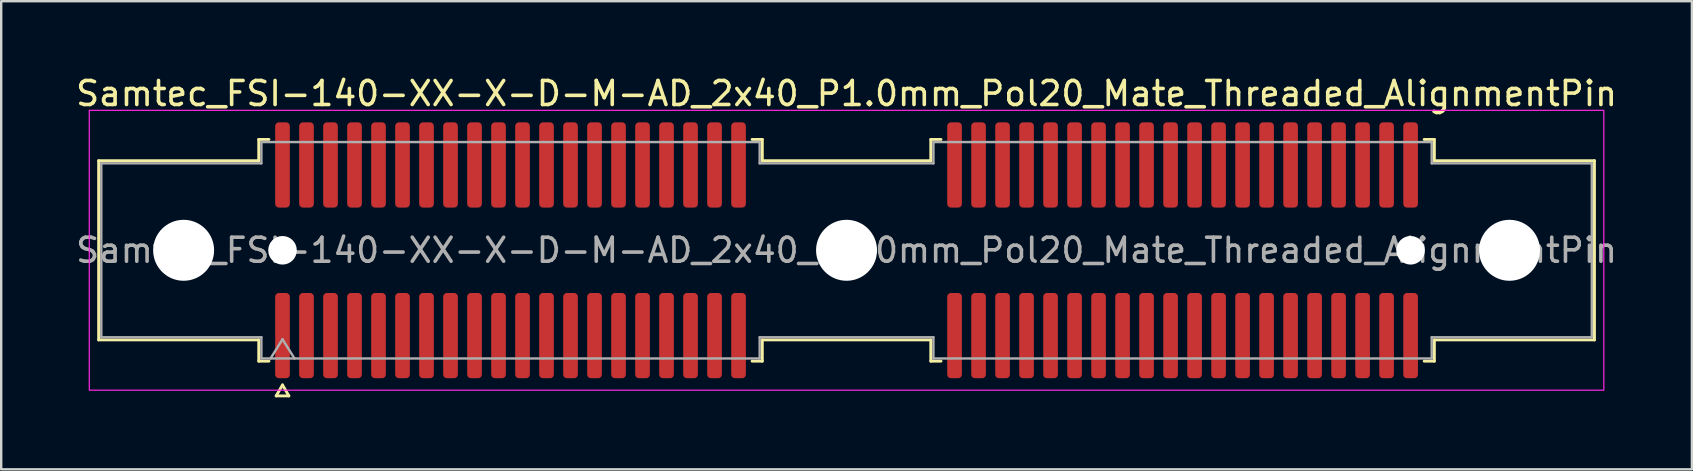
<source format=kicad_pcb>
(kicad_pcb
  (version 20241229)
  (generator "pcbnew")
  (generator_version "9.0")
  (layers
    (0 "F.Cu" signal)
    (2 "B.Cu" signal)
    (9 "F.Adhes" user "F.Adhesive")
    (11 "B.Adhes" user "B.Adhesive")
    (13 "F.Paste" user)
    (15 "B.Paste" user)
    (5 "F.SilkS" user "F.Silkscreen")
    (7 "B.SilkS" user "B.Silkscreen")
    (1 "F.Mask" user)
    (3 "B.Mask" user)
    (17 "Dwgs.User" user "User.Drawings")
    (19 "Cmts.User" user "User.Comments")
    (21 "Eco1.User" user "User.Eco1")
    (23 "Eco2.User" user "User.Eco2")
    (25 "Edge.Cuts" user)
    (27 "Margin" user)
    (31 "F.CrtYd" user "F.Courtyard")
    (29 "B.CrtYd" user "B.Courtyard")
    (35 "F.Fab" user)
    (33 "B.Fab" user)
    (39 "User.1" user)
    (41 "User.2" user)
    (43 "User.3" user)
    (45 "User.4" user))
  (footprint "Samtec_FSI-140-XX-X-D-M-AD_2x40_P1.0mm_Pol20_Mate_Threaded_AlignmentPin"
    (layer "F.Cu")
    (at 32.22 7.378)
    (property "Reference" "Samtec_FSI-140-XX-X-D-M-AD_2x40_P1.0mm_Pol20_Mate_Threaded_AlignmentPin" (at 0 -6.53 0) (layer "F.SilkS") (effects (font (size 1 1) (thickness 0.15))))
    (attr exclude_from_pos_files exclude_from_bom)
    (fp_line (start -31.16 -3.733) (end -24.49 -3.733) (stroke (width 0.12) (type solid)) (layer "F.SilkS"))
    (fp_line (start -31.16 3.733) (end -31.16 -3.733) (stroke (width 0.12) (type solid)) (layer "F.SilkS"))
    (fp_line (start -24.49 -4.619) (end -24.065 -4.619) (stroke (width 0.12) (type solid)) (layer "F.SilkS"))
    (fp_line (start -24.49 -3.733) (end -24.49 -4.619) (stroke (width 0.12) (type solid)) (layer "F.SilkS"))
    (fp_line (start -24.49 3.733) (end -31.16 3.733) (stroke (width 0.12) (type solid)) (layer "F.SilkS"))
    (fp_line (start -24.49 4.619) (end -24.49 3.733) (stroke (width 0.12) (type solid)) (layer "F.SilkS"))
    (fp_line (start -24.065 4.619) (end -24.49 4.619) (stroke (width 0.12) (type solid)) (layer "F.SilkS"))
    (fp_line (start -23.764 6.066) (end -23.5 5.609) (stroke (width 0.12) (type solid)) (layer "F.SilkS"))
    (fp_line (start -23.5 5.609) (end -23.236 6.066) (stroke (width 0.12) (type solid)) (layer "F.SilkS"))
    (fp_line (start -23.236 6.066) (end -23.764 6.066) (stroke (width 0.12) (type solid)) (layer "F.SilkS"))
    (fp_line (start -3.935 -4.619) (end -3.51 -4.619) (stroke (width 0.12) (type solid)) (layer "F.SilkS"))
    (fp_line (start -3.51 -4.619) (end -3.51 -3.733) (stroke (width 0.12) (type solid)) (layer "F.SilkS"))
    (fp_line (start -3.51 -3.733) (end 3.51 -3.733) (stroke (width 0.12) (type solid)) (layer "F.SilkS"))
    (fp_line (start -3.51 3.733) (end -3.51 4.619) (stroke (width 0.12) (type solid)) (layer "F.SilkS"))
    (fp_line (start -3.51 4.619) (end -3.935 4.619) (stroke (width 0.12) (type solid)) (layer "F.SilkS"))
    (fp_line (start 3.51 -4.619) (end 3.935 -4.619) (stroke (width 0.12) (type solid)) (layer "F.SilkS"))
    (fp_line (start 3.51 -3.733) (end 3.51 -4.619) (stroke (width 0.12) (type solid)) (layer "F.SilkS"))
    (fp_line (start 3.51 3.733) (end -3.51 3.733) (stroke (width 0.12) (type solid)) (layer "F.SilkS"))
    (fp_line (start 3.51 4.619) (end 3.51 3.733) (stroke (width 0.12) (type solid)) (layer "F.SilkS"))
    (fp_line (start 3.935 4.619) (end 3.51 4.619) (stroke (width 0.12) (type solid)) (layer "F.SilkS"))
    (fp_line (start 24.065 -4.619) (end 24.49 -4.619) (stroke (width 0.12) (type solid)) (layer "F.SilkS"))
    (fp_line (start 24.49 -4.619) (end 24.49 -3.733) (stroke (width 0.12) (type solid)) (layer "F.SilkS"))
    (fp_line (start 24.49 -3.733) (end 31.16 -3.733) (stroke (width 0.12) (type solid)) (layer "F.SilkS"))
    (fp_line (start 24.49 3.733) (end 24.49 4.619) (stroke (width 0.12) (type solid)) (layer "F.SilkS"))
    (fp_line (start 24.49 4.619) (end 24.065 4.619) (stroke (width 0.12) (type solid)) (layer "F.SilkS"))
    (fp_line (start 31.16 -3.733) (end 31.16 3.733) (stroke (width 0.12) (type solid)) (layer "F.SilkS"))
    (fp_line (start 31.16 3.733) (end 24.49 3.733) (stroke (width 0.12) (type solid)) (layer "F.SilkS"))
    (fp_rect (start -31.55 -5.83) (end 31.55 5.83) (stroke (width 0.05) (type solid)) (fill no) (layer "F.CrtYd"))
    (fp_line (start -31.05 -3.623) (end -24.38 -3.623) (stroke (width 0.1) (type solid)) (layer "F.Fab"))
    (fp_line (start -31.05 3.623) (end -31.05 -3.623) (stroke (width 0.1) (type solid)) (layer "F.Fab"))
    (fp_line (start -24.38 -4.508) (end -3.62 -4.508) (stroke (width 0.1) (type solid)) (layer "F.Fab"))
    (fp_line (start -24.38 -3.623) (end -24.38 -4.508) (stroke (width 0.1) (type solid)) (layer "F.Fab"))
    (fp_line (start -24.38 3.623) (end -31.05 3.623) (stroke (width 0.1) (type solid)) (layer "F.Fab"))
    (fp_line (start -24.38 4.508) (end -24.38 3.623) (stroke (width 0.1) (type solid)) (layer "F.Fab"))
    (fp_line (start -24 4.508) (end -23.5 3.708) (stroke (width 0.1) (type solid)) (layer "F.Fab"))
    (fp_line (start -23.5 3.708) (end -23 4.508) (stroke (width 0.1) (type solid)) (layer "F.Fab"))
    (fp_line (start -3.62 -4.508) (end -3.62 -3.623) (stroke (width 0.1) (type solid)) (layer "F.Fab"))
    (fp_line (start -3.62 -3.623) (end 3.62 -3.623) (stroke (width 0.1) (type solid)) (layer "F.Fab"))
    (fp_line (start -3.62 3.623) (end -3.62 4.508) (stroke (width 0.1) (type solid)) (layer "F.Fab"))
    (fp_line (start -3.62 4.508) (end -24.38 4.508) (stroke (width 0.1) (type solid)) (layer "F.Fab"))
    (fp_line (start 3.62 -4.508) (end 24.38 -4.508) (stroke (width 0.1) (type solid)) (layer "F.Fab"))
    (fp_line (start 3.62 -3.623) (end 3.62 -4.508) (stroke (width 0.1) (type solid)) (layer "F.Fab"))
    (fp_line (start 3.62 3.623) (end -3.62 3.623) (stroke (width 0.1) (type solid)) (layer "F.Fab"))
    (fp_line (start 3.62 4.508) (end 3.62 3.623) (stroke (width 0.1) (type solid)) (layer "F.Fab"))
    (fp_line (start 24.38 -4.508) (end 24.38 -3.623) (stroke (width 0.1) (type solid)) (layer "F.Fab"))
    (fp_line (start 24.38 -3.623) (end 31.05 -3.623) (stroke (width 0.1) (type solid)) (layer "F.Fab"))
    (fp_line (start 24.38 3.623) (end 24.38 4.508) (stroke (width 0.1) (type solid)) (layer "F.Fab"))
    (fp_line (start 24.38 4.508) (end 3.62 4.508) (stroke (width 0.1) (type solid)) (layer "F.Fab"))
    (fp_line (start 31.05 -3.623) (end 31.05 3.623) (stroke (width 0.1) (type solid)) (layer "F.Fab"))
    (fp_line (start 31.05 3.623) (end 24.38 3.623) (stroke (width 0.1) (type solid)) (layer "F.Fab"))
    (fp_text user "${REFERENCE}" (at 0 0 0) (layer "F.Fab") (effects (font (size 1 1) (thickness 0.15))))
    (pad "" np_thru_hole circle (at -27.62 0) (size 2.54 2.54) (drill 2.54) (layers "*.Cu" "*.Mask"))
    (pad "" np_thru_hole circle (at -23.5 0) (size 1.19 1.19) (drill 1.19) (layers "*.Cu" "*.Mask"))
    (pad "" np_thru_hole circle (at 0 0) (size 2.54 2.54) (drill 2.54) (layers "*.Cu" "*.Mask"))
    (pad "" np_thru_hole circle (at 23.5 0) (size 1.19 1.19) (drill 1.19) (layers "*.Cu" "*.Mask"))
    (pad "" np_thru_hole circle (at 27.62 0) (size 2.54 2.54) (drill 2.54) (layers "*.Cu" "*.Mask"))
    (pad "1" smd roundrect (at -23.5 3.555) (size 0.61 3.55) (layers "F.Cu" "F.Mask") (roundrect_rratio 0.25))
    (pad "2" smd roundrect (at -23.5 -3.555) (size 0.61 3.55) (layers "F.Cu" "F.Mask") (roundrect_rratio 0.25))
    (pad "3" smd roundrect (at -22.5 3.555) (size 0.61 3.55) (layers "F.Cu" "F.Mask") (roundrect_rratio 0.25))
    (pad "4" smd roundrect (at -22.5 -3.555) (size 0.61 3.55) (layers "F.Cu" "F.Mask") (roundrect_rratio 0.25))
    (pad "5" smd roundrect (at -21.5 3.555) (size 0.61 3.55) (layers "F.Cu" "F.Mask") (roundrect_rratio 0.25))
    (pad "6" smd roundrect (at -21.5 -3.555) (size 0.61 3.55) (layers "F.Cu" "F.Mask") (roundrect_rratio 0.25))
    (pad "7" smd roundrect (at -20.5 3.555) (size 0.61 3.55) (layers "F.Cu" "F.Mask") (roundrect_rratio 0.25))
    (pad "8" smd roundrect (at -20.5 -3.555) (size 0.61 3.55) (layers "F.Cu" "F.Mask") (roundrect_rratio 0.25))
    (pad "9" smd roundrect (at -19.5 3.555) (size 0.61 3.55) (layers "F.Cu" "F.Mask") (roundrect_rratio 0.25))
    (pad "10" smd roundrect (at -19.5 -3.555) (size 0.61 3.55) (layers "F.Cu" "F.Mask") (roundrect_rratio 0.25))
    (pad "11" smd roundrect (at -18.5 3.555) (size 0.61 3.55) (layers "F.Cu" "F.Mask") (roundrect_rratio 0.25))
    (pad "12" smd roundrect (at -18.5 -3.555) (size 0.61 3.55) (layers "F.Cu" "F.Mask") (roundrect_rratio 0.25))
    (pad "13" smd roundrect (at -17.5 3.555) (size 0.61 3.55) (layers "F.Cu" "F.Mask") (roundrect_rratio 0.25))
    (pad "14" smd roundrect (at -17.5 -3.555) (size 0.61 3.55) (layers "F.Cu" "F.Mask") (roundrect_rratio 0.25))
    (pad "15" smd roundrect (at -16.5 3.555) (size 0.61 3.55) (layers "F.Cu" "F.Mask") (roundrect_rratio 0.25))
    (pad "16" smd roundrect (at -16.5 -3.555) (size 0.61 3.55) (layers "F.Cu" "F.Mask") (roundrect_rratio 0.25))
    (pad "17" smd roundrect (at -15.5 3.555) (size 0.61 3.55) (layers "F.Cu" "F.Mask") (roundrect_rratio 0.25))
    (pad "18" smd roundrect (at -15.5 -3.555) (size 0.61 3.55) (layers "F.Cu" "F.Mask") (roundrect_rratio 0.25))
    (pad "19" smd roundrect (at -14.5 3.555) (size 0.61 3.55) (layers "F.Cu" "F.Mask") (roundrect_rratio 0.25))
    (pad "20" smd roundrect (at -14.5 -3.555) (size 0.61 3.55) (layers "F.Cu" "F.Mask") (roundrect_rratio 0.25))
    (pad "21" smd roundrect (at -13.5 3.555) (size 0.61 3.55) (layers "F.Cu" "F.Mask") (roundrect_rratio 0.25))
    (pad "22" smd roundrect (at -13.5 -3.555) (size 0.61 3.55) (layers "F.Cu" "F.Mask") (roundrect_rratio 0.25))
    (pad "23" smd roundrect (at -12.5 3.555) (size 0.61 3.55) (layers "F.Cu" "F.Mask") (roundrect_rratio 0.25))
    (pad "24" smd roundrect (at -12.5 -3.555) (size 0.61 3.55) (layers "F.Cu" "F.Mask") (roundrect_rratio 0.25))
    (pad "25" smd roundrect (at -11.5 3.555) (size 0.61 3.55) (layers "F.Cu" "F.Mask") (roundrect_rratio 0.25))
    (pad "26" smd roundrect (at -11.5 -3.555) (size 0.61 3.55) (layers "F.Cu" "F.Mask") (roundrect_rratio 0.25))
    (pad "27" smd roundrect (at -10.5 3.555) (size 0.61 3.55) (layers "F.Cu" "F.Mask") (roundrect_rratio 0.25))
    (pad "28" smd roundrect (at -10.5 -3.555) (size 0.61 3.55) (layers "F.Cu" "F.Mask") (roundrect_rratio 0.25))
    (pad "29" smd roundrect (at -9.5 3.555) (size 0.61 3.55) (layers "F.Cu" "F.Mask") (roundrect_rratio 0.25))
    (pad "30" smd roundrect (at -9.5 -3.555) (size 0.61 3.55) (layers "F.Cu" "F.Mask") (roundrect_rratio 0.25))
    (pad "31" smd roundrect (at -8.5 3.555) (size 0.61 3.55) (layers "F.Cu" "F.Mask") (roundrect_rratio 0.25))
    (pad "32" smd roundrect (at -8.5 -3.555) (size 0.61 3.55) (layers "F.Cu" "F.Mask") (roundrect_rratio 0.25))
    (pad "33" smd roundrect (at -7.5 3.555) (size 0.61 3.55) (layers "F.Cu" "F.Mask") (roundrect_rratio 0.25))
    (pad "34" smd roundrect (at -7.5 -3.555) (size 0.61 3.55) (layers "F.Cu" "F.Mask") (roundrect_rratio 0.25))
    (pad "35" smd roundrect (at -6.5 3.555) (size 0.61 3.55) (layers "F.Cu" "F.Mask") (roundrect_rratio 0.25))
    (pad "36" smd roundrect (at -6.5 -3.555) (size 0.61 3.55) (layers "F.Cu" "F.Mask") (roundrect_rratio 0.25))
    (pad "37" smd roundrect (at -5.5 3.555) (size 0.61 3.55) (layers "F.Cu" "F.Mask") (roundrect_rratio 0.25))
    (pad "38" smd roundrect (at -5.5 -3.555) (size 0.61 3.55) (layers "F.Cu" "F.Mask") (roundrect_rratio 0.25))
    (pad "39" smd roundrect (at -4.5 3.555) (size 0.61 3.55) (layers "F.Cu" "F.Mask") (roundrect_rratio 0.25))
    (pad "40" smd roundrect (at -4.5 -3.555) (size 0.61 3.55) (layers "F.Cu" "F.Mask") (roundrect_rratio 0.25))
    (pad "41" smd roundrect (at 4.5 3.555) (size 0.61 3.55) (layers "F.Cu" "F.Mask") (roundrect_rratio 0.25))
    (pad "42" smd roundrect (at 4.5 -3.555) (size 0.61 3.55) (layers "F.Cu" "F.Mask") (roundrect_rratio 0.25))
    (pad "43" smd roundrect (at 5.5 3.555) (size 0.61 3.55) (layers "F.Cu" "F.Mask") (roundrect_rratio 0.25))
    (pad "44" smd roundrect (at 5.5 -3.555) (size 0.61 3.55) (layers "F.Cu" "F.Mask") (roundrect_rratio 0.25))
    (pad "45" smd roundrect (at 6.5 3.555) (size 0.61 3.55) (layers "F.Cu" "F.Mask") (roundrect_rratio 0.25))
    (pad "46" smd roundrect (at 6.5 -3.555) (size 0.61 3.55) (layers "F.Cu" "F.Mask") (roundrect_rratio 0.25))
    (pad "47" smd roundrect (at 7.5 3.555) (size 0.61 3.55) (layers "F.Cu" "F.Mask") (roundrect_rratio 0.25))
    (pad "48" smd roundrect (at 7.5 -3.555) (size 0.61 3.55) (layers "F.Cu" "F.Mask") (roundrect_rratio 0.25))
    (pad "49" smd roundrect (at 8.5 3.555) (size 0.61 3.55) (layers "F.Cu" "F.Mask") (roundrect_rratio 0.25))
    (pad "50" smd roundrect (at 8.5 -3.555) (size 0.61 3.55) (layers "F.Cu" "F.Mask") (roundrect_rratio 0.25))
    (pad "51" smd roundrect (at 9.5 3.555) (size 0.61 3.55) (layers "F.Cu" "F.Mask") (roundrect_rratio 0.25))
    (pad "52" smd roundrect (at 9.5 -3.555) (size 0.61 3.55) (layers "F.Cu" "F.Mask") (roundrect_rratio 0.25))
    (pad "53" smd roundrect (at 10.5 3.555) (size 0.61 3.55) (layers "F.Cu" "F.Mask") (roundrect_rratio 0.25))
    (pad "54" smd roundrect (at 10.5 -3.555) (size 0.61 3.55) (layers "F.Cu" "F.Mask") (roundrect_rratio 0.25))
    (pad "55" smd roundrect (at 11.5 3.555) (size 0.61 3.55) (layers "F.Cu" "F.Mask") (roundrect_rratio 0.25))
    (pad "56" smd roundrect (at 11.5 -3.555) (size 0.61 3.55) (layers "F.Cu" "F.Mask") (roundrect_rratio 0.25))
    (pad "57" smd roundrect (at 12.5 3.555) (size 0.61 3.55) (layers "F.Cu" "F.Mask") (roundrect_rratio 0.25))
    (pad "58" smd roundrect (at 12.5 -3.555) (size 0.61 3.55) (layers "F.Cu" "F.Mask") (roundrect_rratio 0.25))
    (pad "59" smd roundrect (at 13.5 3.555) (size 0.61 3.55) (layers "F.Cu" "F.Mask") (roundrect_rratio 0.25))
    (pad "60" smd roundrect (at 13.5 -3.555) (size 0.61 3.55) (layers "F.Cu" "F.Mask") (roundrect_rratio 0.25))
    (pad "61" smd roundrect (at 14.5 3.555) (size 0.61 3.55) (layers "F.Cu" "F.Mask") (roundrect_rratio 0.25))
    (pad "62" smd roundrect (at 14.5 -3.555) (size 0.61 3.55) (layers "F.Cu" "F.Mask") (roundrect_rratio 0.25))
    (pad "63" smd roundrect (at 15.5 3.555) (size 0.61 3.55) (layers "F.Cu" "F.Mask") (roundrect_rratio 0.25))
    (pad "64" smd roundrect (at 15.5 -3.555) (size 0.61 3.55) (layers "F.Cu" "F.Mask") (roundrect_rratio 0.25))
    (pad "65" smd roundrect (at 16.5 3.555) (size 0.61 3.55) (layers "F.Cu" "F.Mask") (roundrect_rratio 0.25))
    (pad "66" smd roundrect (at 16.5 -3.555) (size 0.61 3.55) (layers "F.Cu" "F.Mask") (roundrect_rratio 0.25))
    (pad "67" smd roundrect (at 17.5 3.555) (size 0.61 3.55) (layers "F.Cu" "F.Mask") (roundrect_rratio 0.25))
    (pad "68" smd roundrect (at 17.5 -3.555) (size 0.61 3.55) (layers "F.Cu" "F.Mask") (roundrect_rratio 0.25))
    (pad "69" smd roundrect (at 18.5 3.555) (size 0.61 3.55) (layers "F.Cu" "F.Mask") (roundrect_rratio 0.25))
    (pad "70" smd roundrect (at 18.5 -3.555) (size 0.61 3.55) (layers "F.Cu" "F.Mask") (roundrect_rratio 0.25))
    (pad "71" smd roundrect (at 19.5 3.555) (size 0.61 3.55) (layers "F.Cu" "F.Mask") (roundrect_rratio 0.25))
    (pad "72" smd roundrect (at 19.5 -3.555) (size 0.61 3.55) (layers "F.Cu" "F.Mask") (roundrect_rratio 0.25))
    (pad "73" smd roundrect (at 20.5 3.555) (size 0.61 3.55) (layers "F.Cu" "F.Mask") (roundrect_rratio 0.25))
    (pad "74" smd roundrect (at 20.5 -3.555) (size 0.61 3.55) (layers "F.Cu" "F.Mask") (roundrect_rratio 0.25))
    (pad "75" smd roundrect (at 21.5 3.555) (size 0.61 3.55) (layers "F.Cu" "F.Mask") (roundrect_rratio 0.25))
    (pad "76" smd roundrect (at 21.5 -3.555) (size 0.61 3.55) (layers "F.Cu" "F.Mask") (roundrect_rratio 0.25))
    (pad "77" smd roundrect (at 22.5 3.555) (size 0.61 3.55) (layers "F.Cu" "F.Mask") (roundrect_rratio 0.25))
    (pad "78" smd roundrect (at 22.5 -3.555) (size 0.61 3.55) (layers "F.Cu" "F.Mask") (roundrect_rratio 0.25))
    (pad "79" smd roundrect (at 23.5 3.555) (size 0.61 3.55) (layers "F.Cu" "F.Mask") (roundrect_rratio 0.25))
    (pad "80" smd roundrect (at 23.5 -3.555) (size 0.61 3.55) (layers "F.Cu" "F.Mask") (roundrect_rratio 0.25)))
  (gr_rect
    (start -3 -3)
    (end 67.44 16.504)
    (stroke (width 0.1) (type default))
    (fill no)
    (layer "Edge.Cuts")))
</source>
